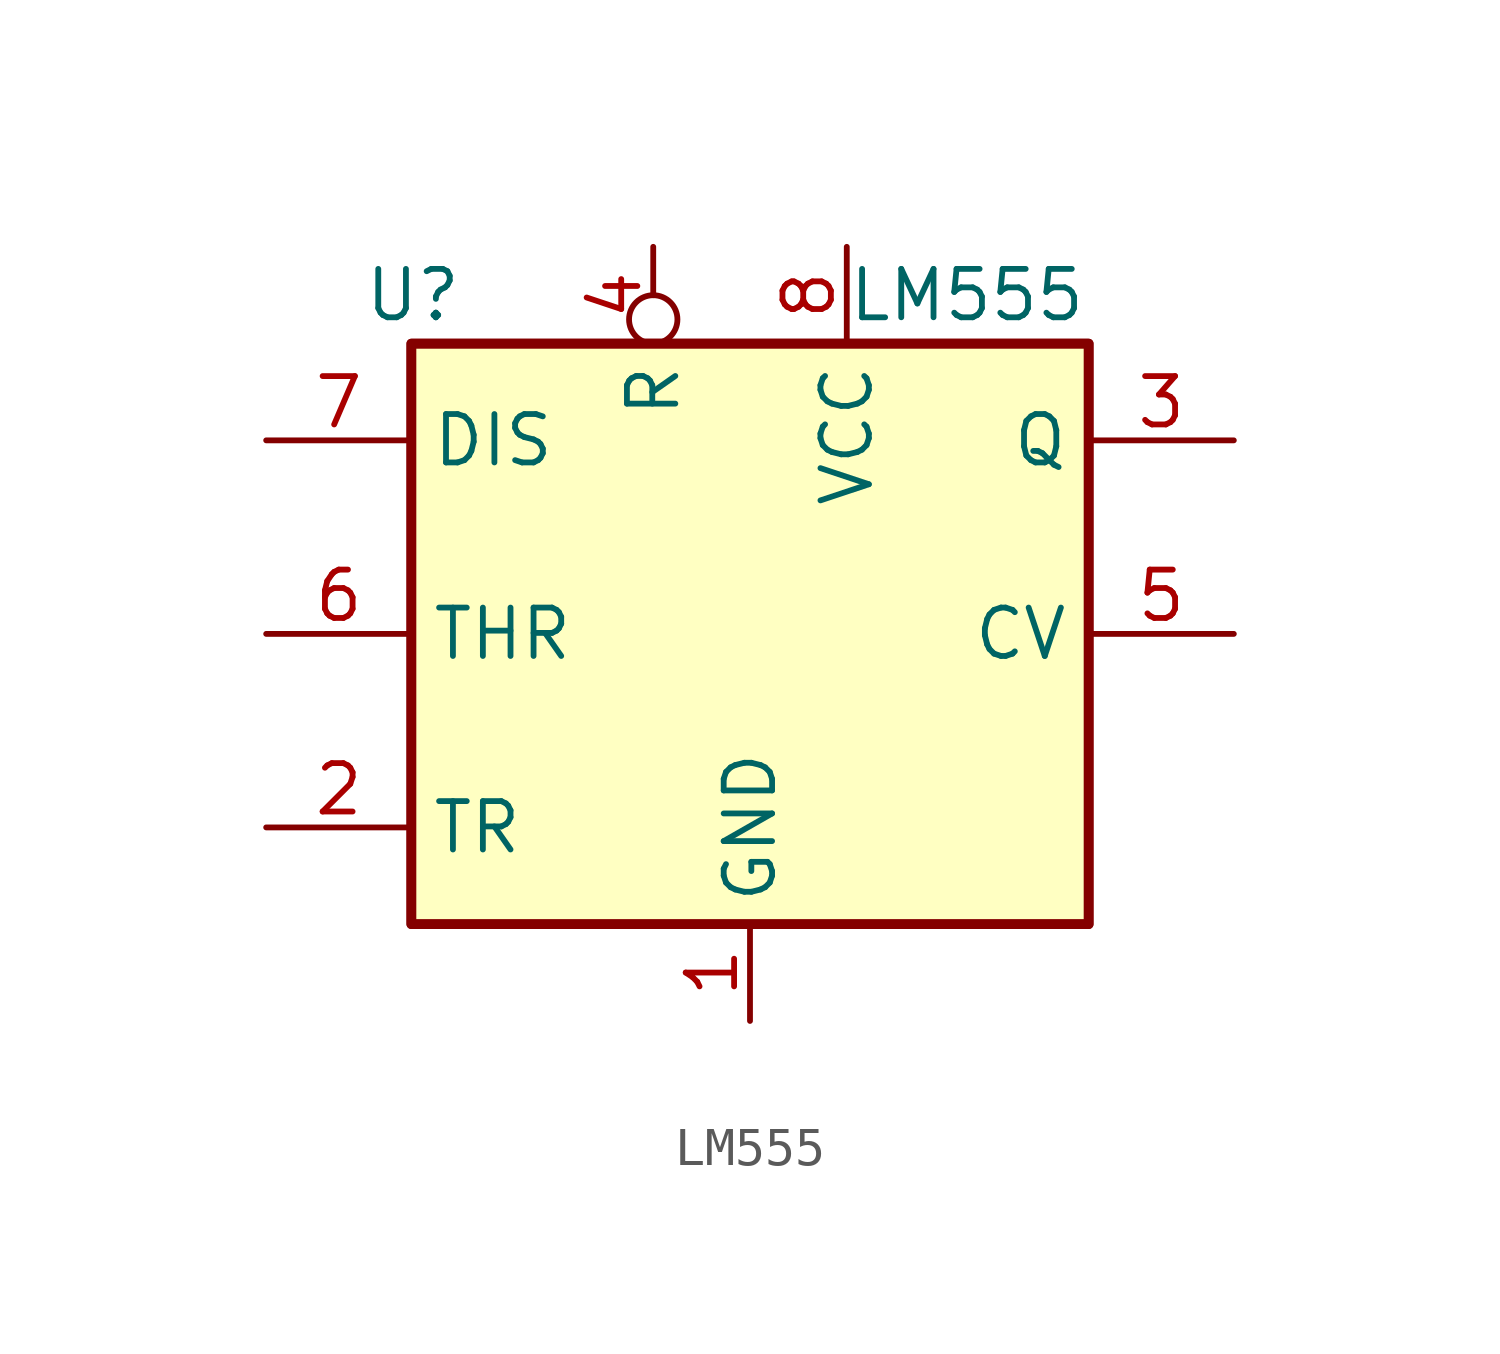
<source format=kicad_sym>
(kicad_symbol_lib
  (version 20211014)
  (generator kicad_symbol_editor)
  (symbol "LM555"
    (property "Reference" "U"
      (at -10.16 8.89 0)
      (effects (font (size 1.27 1.27)) (justify left)))
    (property "Value" "LM555"
      (at 2.54 8.89 0)
      (effects (font (size 1.27 1.27)) (justify left)))
    (symbol "LM555_0_0"
      (pin power_in line (at 0 -10.16 90) (length 2.54) (name "GND" (effects (font (size 1.27 1.27)))) (number "1" (effects (font (size 1.27 1.27)))))
      (pin power_in line (at 2.54 10.16 270) (length 2.54) (name "VCC" (effects (font (size 1.27 1.27)))) (number "8" (effects (font (size 1.27 1.27))))))
    (symbol "LM555_0_1"
      (rectangle (start -8.89 -7.62) (end 8.89 7.62) (stroke (width 0.254) (type default) (color 0 0 0 0)) (fill (type background)))
      (rectangle (start -8.89 -7.62) (end 8.89 7.62) (stroke (width 0.254) (type default) (color 0 0 0 0)) (fill (type background))))
    (symbol "LM555_1_1"
      (pin input line (at -12.7 -5.08 0) (length 3.81) (name "TR" (effects (font (size 1.27 1.27)))) (number "2" (effects (font (size 1.27 1.27)))))
      (pin output line (at 12.7 5.08 180) (length 3.81) (name "Q" (effects (font (size 1.27 1.27)))) (number "3" (effects (font (size 1.27 1.27)))))
      (pin input inverted (at -2.54 10.16 270) (length 2.54) (name "R" (effects (font (size 1.27 1.27)))) (number "4" (effects (font (size 1.27 1.27)))))
      (pin input line (at 12.7 0 180) (length 3.81) (name "CV" (effects (font (size 1.27 1.27)))) (number "5" (effects (font (size 1.27 1.27)))))
      (pin input line (at -12.7 0 0) (length 3.81) (name "THR" (effects (font (size 1.27 1.27)))) (number "6" (effects (font (size 1.27 1.27)))))
      (pin input line (at -12.7 5.08 0) (length 3.81) (name "DIS" (effects (font (size 1.27 1.27)))) (number "7" (effects (font (size 1.27 1.27))))))))
</source>
